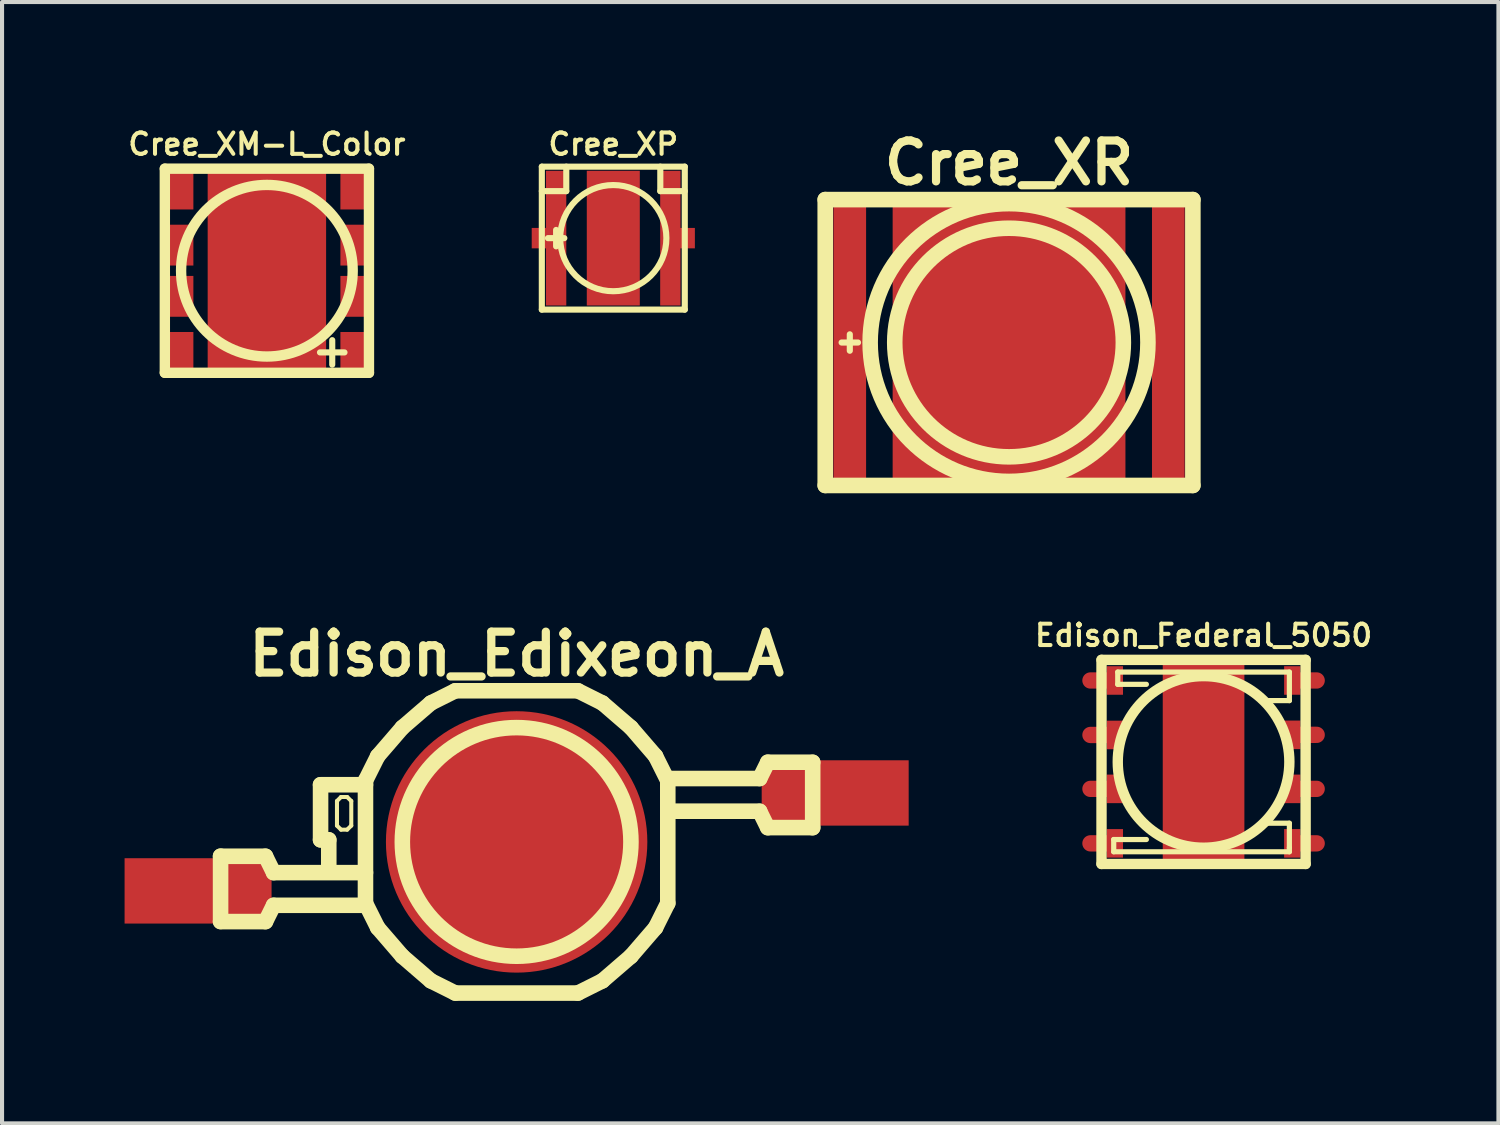
<source format=kicad_pcb>
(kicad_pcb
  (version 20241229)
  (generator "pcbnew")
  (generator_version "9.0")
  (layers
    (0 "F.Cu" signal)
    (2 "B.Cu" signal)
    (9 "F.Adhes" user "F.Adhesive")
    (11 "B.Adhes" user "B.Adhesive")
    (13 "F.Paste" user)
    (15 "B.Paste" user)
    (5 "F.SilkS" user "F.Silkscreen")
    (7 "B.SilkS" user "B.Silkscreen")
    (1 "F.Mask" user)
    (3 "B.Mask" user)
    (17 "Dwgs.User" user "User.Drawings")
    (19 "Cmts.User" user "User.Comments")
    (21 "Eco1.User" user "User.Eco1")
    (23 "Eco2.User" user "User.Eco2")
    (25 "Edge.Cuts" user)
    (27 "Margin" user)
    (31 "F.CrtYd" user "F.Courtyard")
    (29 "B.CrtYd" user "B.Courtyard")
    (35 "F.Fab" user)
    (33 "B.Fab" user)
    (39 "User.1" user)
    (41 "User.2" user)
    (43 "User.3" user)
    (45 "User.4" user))
  (footprint "Cree_XP"
    (layer "F.Cu")
    (at 11.967 2.781)
    (property "Reference" "Cree_XP" (at 0 -2.301 0) (layer "F.SilkS") (effects (font (size 0.523 0.523) (thickness 0.099))))
    (attr smd)
    (fp_line (start -1.75 -1.75) (end -1.75 1.75) (stroke (width 0.15) (type solid)) (layer "F.SilkS"))
    (fp_line (start -1.75 -1.151) (end -1.151 -1.151) (stroke (width 0.15) (type solid)) (layer "F.SilkS"))
    (fp_line (start -1.75 1.75) (end 1.75 1.75) (stroke (width 0.15) (type solid)) (layer "F.SilkS"))
    (fp_line (start -1.4 0.201) (end -1.4 -0.201) (stroke (width 0.15) (type solid)) (layer "F.SilkS"))
    (fp_line (start -1.199 0) (end -1.6 0) (stroke (width 0.15) (type solid)) (layer "F.SilkS"))
    (fp_line (start -1.151 -1.75) (end -1.151 -1.151) (stroke (width 0.15) (type solid)) (layer "F.SilkS"))
    (fp_line (start 1.151 -1.75) (end 1.151 -1.151) (stroke (width 0.15) (type solid)) (layer "F.SilkS"))
    (fp_line (start 1.75 -1.75) (end -1.75 -1.75) (stroke (width 0.15) (type solid)) (layer "F.SilkS"))
    (fp_line (start 1.75 -1.151) (end 1.151 -1.151) (stroke (width 0.15) (type solid)) (layer "F.SilkS"))
    (fp_line (start 1.75 1.75) (end 1.75 -1.75) (stroke (width 0.15) (type solid)) (layer "F.SilkS"))
    (fp_circle (center 0 0) (end 0 -1.3) (stroke (width 0.15) (type solid)) (fill no) (layer "F.SilkS"))
    (pad "1" smd rect (at -1.798 0) (size 0.399 0.5) (layers "F.Cu" "F.Mask"))
    (pad "1" smd rect (at -1.4 0) (size 0.498 3.299) (layers "F.Cu" "F.Mask" "F.Paste"))
    (pad "2" smd rect (at 1.397 0) (size 0.498 3.299) (layers "F.Cu" "F.Mask" "F.Paste"))
    (pad "2" smd rect (at 1.798 0) (size 0.399 0.5) (layers "F.Cu" "F.Mask"))
    (pad "3" smd rect (at 0 0) (size 1.298 3.299) (layers "F.Cu" "F.Mask" "F.Paste")))
  (footprint "Cree_XM-L_Color"
    (layer "F.Cu")
    (at 3.485 3.579)
    (property "Reference" "Cree_XM-L_Color" (at 0 -3.099 0) (layer "F.SilkS") (effects (font (size 0.523 0.523) (thickness 0.099))))
    (attr smd)
    (fp_line (start -2.499 -2.499) (end -2.499 2.499) (stroke (width 0.254) (type solid)) (layer "F.SilkS"))
    (fp_line (start -2.499 2.499) (end 2.499 2.499) (stroke (width 0.254) (type solid)) (layer "F.SilkS"))
    (fp_line (start 1.3 2) (end 1.9 2) (stroke (width 0.15) (type solid)) (layer "F.SilkS"))
    (fp_line (start 1.6 2.3) (end 1.6 1.7) (stroke (width 0.15) (type solid)) (layer "F.SilkS"))
    (fp_line (start 2.499 -2.499) (end -2.499 -2.499) (stroke (width 0.254) (type solid)) (layer "F.SilkS"))
    (fp_line (start 2.499 2.499) (end 2.499 -2.499) (stroke (width 0.254) (type solid)) (layer "F.SilkS"))
    (fp_circle (center 0 0) (end -2.101 0) (stroke (width 0.254) (type solid)) (fill no) (layer "F.SilkS"))
    (pad "1" smd rect (at 2.15 -2) (size 0.7 1) (layers "F.Cu" "F.Mask" "F.Paste"))
    (pad "2" smd rect (at 2.15 -0.627) (size 0.7 1) (layers "F.Cu" "F.Mask" "F.Paste"))
    (pad "3" smd rect (at 2.15 0.627) (size 0.7 1) (layers "F.Cu" "F.Mask" "F.Paste"))
    (pad "4" smd rect (at 2.15 2) (size 0.7 1) (layers "F.Cu" "F.Mask" "F.Paste"))
    (pad "5" smd rect (at -2.15 2) (size 0.7 1) (layers "F.Cu" "F.Mask" "F.Paste"))
    (pad "6" smd rect (at -2.15 0.627) (size 0.7 1) (layers "F.Cu" "F.Mask" "F.Paste"))
    (pad "7" smd rect (at -2.15 -0.627) (size 0.7 1) (layers "F.Cu" "F.Mask" "F.Paste"))
    (pad "8" smd rect (at -2.15 -2) (size 0.7 1) (layers "F.Cu" "F.Mask" "F.Paste"))
    (pad "9" smd rect (at 0 0) (size 1.93 3.96) (layers "F.Cu" "F.Mask" "F.Paste"))
    (pad "9" smd rect (at 0 0) (size 2.9 5) (layers "F.Cu" "F.Mask")))
  (footprint "Edison_Federal_5050"
    (layer "F.Cu")
    (at 26.42 15.606)
    (property "Reference" "Edison_Federal_5050" (at 0 -3.099 0) (layer "F.SilkS") (effects (font (size 0.523 0.523) (thickness 0.099))))
    (attr smd)
    (fp_line (start -2.499 -2.499) (end -2.499 2.499) (stroke (width 0.254) (type solid)) (layer "F.SilkS"))
    (fp_line (start -2.499 2.499) (end 2.499 2.499) (stroke (width 0.254) (type solid)) (layer "F.SilkS"))
    (fp_line (start -2.2 1.9) (end -1.4 1.9) (stroke (width 0.127) (type solid)) (layer "F.SilkS"))
    (fp_line (start -2.2 2.2) (end -2.2 1.9) (stroke (width 0.127) (type solid)) (layer "F.SilkS"))
    (fp_line (start -2.101 -2.2) (end 2.101 -2.2) (stroke (width 0.127) (type solid)) (layer "F.SilkS"))
    (fp_line (start -2.101 -1.9) (end -2.101 -2.2) (stroke (width 0.127) (type solid)) (layer "F.SilkS"))
    (fp_line (start -1.4 -1.9) (end -2.101 -1.9) (stroke (width 0.127) (type solid)) (layer "F.SilkS"))
    (fp_line (start 1.501 1.501) (end 2.101 1.501) (stroke (width 0.127) (type solid)) (layer "F.SilkS"))
    (fp_line (start 2.101 -2.2) (end 2.101 -1.501) (stroke (width 0.127) (type solid)) (layer "F.SilkS"))
    (fp_line (start 2.101 -1.501) (end 1.4 -1.501) (stroke (width 0.127) (type solid)) (layer "F.SilkS"))
    (fp_line (start 2.101 1.501) (end 2.101 2.101) (stroke (width 0.127) (type solid)) (layer "F.SilkS"))
    (fp_line (start 2.101 2.101) (end 2.101 2.2) (stroke (width 0.127) (type solid)) (layer "F.SilkS"))
    (fp_line (start 2.101 2.2) (end -2.2 2.2) (stroke (width 0.127) (type solid)) (layer "F.SilkS"))
    (fp_line (start 2.499 -2.499) (end -2.499 -2.499) (stroke (width 0.254) (type solid)) (layer "F.SilkS"))
    (fp_line (start 2.499 2.499) (end 2.499 -2.499) (stroke (width 0.254) (type solid)) (layer "F.SilkS"))
    (fp_circle (center 0 0) (end -2.101 0) (stroke (width 0.254) (type solid)) (fill no) (layer "F.SilkS"))
    (pad "1" smd rect (at 2.172 -1.994) (size 0.399 0.699) (layers "F.Cu" "F.Mask" "F.Paste"))
    (pad "1" smd oval (at 2.57 -1.994) (size 0.798 0.399) (layers "F.Cu" "F.Mask"))
    (pad "2" smd rect (at 2.172 -0.663) (size 0.399 0.699) (layers "F.Cu" "F.Mask" "F.Paste"))
    (pad "2" smd oval (at 2.57 -0.663) (size 0.798 0.399) (layers "F.Cu" "F.Mask"))
    (pad "3" smd rect (at 2.172 0.66) (size 0.399 0.699) (layers "F.Cu" "F.Mask" "F.Paste"))
    (pad "3" smd oval (at 2.57 0.66) (size 0.798 0.399) (layers "F.Cu" "F.Mask"))
    (pad "4" smd rect (at 2.172 1.994) (size 0.399 0.699) (layers "F.Cu" "F.Mask" "F.Paste"))
    (pad "4" smd oval (at 2.57 1.994) (size 0.798 0.399) (layers "F.Cu" "F.Mask"))
    (pad "5" smd oval (at -2.57 -1.994) (size 0.798 0.399) (layers "F.Cu" "F.Mask"))
    (pad "5" smd rect (at -2.172 -1.994) (size 0.399 0.699) (layers "F.Cu" "F.Mask" "F.Paste"))
    (pad "6" smd oval (at -2.57 -0.66) (size 0.798 0.399) (layers "F.Cu" "F.Mask"))
    (pad "6" smd rect (at -2.172 -0.66) (size 0.399 0.699) (layers "F.Cu" "F.Mask" "F.Paste"))
    (pad "7" smd oval (at -2.57 0.66) (size 0.798 0.399) (layers "F.Cu" "F.Mask"))
    (pad "7" smd rect (at -2.172 0.66) (size 0.399 0.699) (layers "F.Cu" "F.Mask" "F.Paste"))
    (pad "8" smd oval (at -2.57 1.994) (size 0.798 0.399) (layers "F.Cu" "F.Mask"))
    (pad "8" smd rect (at -2.172 1.994) (size 0.399 0.699) (layers "F.Cu" "F.Mask" "F.Paste"))
    (pad "9" smd rect (at 0 0) (size 1.999 4.996) (layers "F.Cu" "F.Mask" "F.Paste")))
  (footprint "Cree_XR"
    (layer "F.Cu")
    (at 21.657 5.337)
    (property "Reference" "Cree_XR" (at 0 -4.399 0) (layer "F.SilkS") (effects (font (size 1.001 1.001) (thickness 0.201))))
    (attr smd)
    (fp_line (start -4.501 -3.5) (end -4.501 3.5) (stroke (width 0.381) (type solid)) (layer "F.SilkS"))
    (fp_line (start -4.501 3.5) (end 4.501 3.5) (stroke (width 0.381) (type solid)) (layer "F.SilkS"))
    (fp_line (start -3.899 0.201) (end -3.899 -0.201) (stroke (width 0.15) (type solid)) (layer "F.SilkS"))
    (fp_line (start -3.698 0) (end -4.1 0) (stroke (width 0.15) (type solid)) (layer "F.SilkS"))
    (fp_line (start 4.501 -3.5) (end -4.501 -3.5) (stroke (width 0.381) (type solid)) (layer "F.SilkS"))
    (fp_line (start 4.501 3.5) (end 4.501 -3.5) (stroke (width 0.381) (type solid)) (layer "F.SilkS"))
    (fp_circle (center 0 0) (end -3.401 0) (stroke (width 0.381) (type solid)) (fill no) (layer "F.SilkS"))
    (fp_circle (center 0 0) (end -2.799 0) (stroke (width 0.381) (type solid)) (fill no) (layer "F.SilkS"))
    (pad "" smd rect (at -3.861 0) (size 0.297 4.996) (layers "F.Mask" "F.Paste"))
    (pad "" smd rect (at -0.686 -0.925) (size 1.372 1.847) (layers "F.Mask" "F.Paste"))
    (pad "" smd rect (at -0.686 0.925) (size 1.372 1.847) (layers "F.Mask" "F.Paste"))
    (pad "" smd rect (at 0.686 -0.925) (size 1.372 1.847) (layers "F.Mask" "F.Paste"))
    (pad "" smd rect (at 0.686 0.925) (size 1.372 1.847) (layers "F.Mask" "F.Paste"))
    (pad "" smd rect (at 3.861 0) (size 0.297 4.996) (layers "F.Mask" "F.Paste"))
    (pad "1" smd rect (at -3.9 0) (size 0.8 7) (layers "F.Cu"))
    (pad "2" smd rect (at 3.9 0) (size 0.8 7) (layers "F.Cu"))
    (pad "3" smd rect (at 0 0) (size 5.7 7) (layers "F.Cu")))
  (footprint "Edison_Edixeon_A"
    (layer "F.Cu")
    (at 9.6 17.565)
    (property "Reference" "Edison_Edixeon_A" (at 0 -4.6 0) (layer "F.SilkS") (effects (font (size 1.001 1.001) (thickness 0.201))))
    (attr smd)
    (fp_line (start -7.249 0.351) (end -6.149 0.351) (stroke (width 0.381) (type solid)) (layer "F.SilkS"))
    (fp_line (start -7.249 1.948) (end -7.249 0.348) (stroke (width 0.381) (type solid)) (layer "F.SilkS"))
    (fp_line (start -7.249 1.951) (end -6.149 1.951) (stroke (width 0.381) (type solid)) (layer "F.SilkS"))
    (fp_line (start -5.951 0.752) (end -6.149 0.351) (stroke (width 0.381) (type solid)) (layer "F.SilkS"))
    (fp_line (start -5.951 0.752) (end -3.701 0.752) (stroke (width 0.381) (type solid)) (layer "F.SilkS"))
    (fp_line (start -5.951 1.552) (end -6.149 1.951) (stroke (width 0.381) (type solid)) (layer "F.SilkS"))
    (fp_line (start -5.951 1.552) (end -3.701 1.552) (stroke (width 0.381) (type solid)) (layer "F.SilkS"))
    (fp_line (start -4.801 -1.4) (end -4.801 -0.051) (stroke (width 0.381) (type solid)) (layer "F.SilkS"))
    (fp_line (start -4.801 -0.051) (end -4.6 -0.051) (stroke (width 0.381) (type solid)) (layer "F.SilkS"))
    (fp_line (start -4.6 -0.051) (end -4.6 0.701) (stroke (width 0.381) (type solid)) (layer "F.SilkS"))
    (fp_line (start -4.399 -1.001) (end -4.399 -0.399) (stroke (width 0.099) (type solid)) (layer "F.SilkS"))
    (fp_line (start -4.399 -0.399) (end -4.3 -0.3) (stroke (width 0.099) (type solid)) (layer "F.SilkS"))
    (fp_line (start -4.3 -1.1) (end -4.399 -1.001) (stroke (width 0.099) (type solid)) (layer "F.SilkS"))
    (fp_line (start -4.3 -0.3) (end -4.15 -0.3) (stroke (width 0.099) (type solid)) (layer "F.SilkS"))
    (fp_line (start -4.15 -1.1) (end -4.3 -1.1) (stroke (width 0.099) (type solid)) (layer "F.SilkS"))
    (fp_line (start -4.15 -0.3) (end -4.049 -0.399) (stroke (width 0.099) (type solid)) (layer "F.SilkS"))
    (fp_line (start -4.049 -1.001) (end -4.15 -1.1) (stroke (width 0.099) (type solid)) (layer "F.SilkS"))
    (fp_line (start -4.049 -0.399) (end -4.049 -1.001) (stroke (width 0.099) (type solid)) (layer "F.SilkS"))
    (fp_line (start -3.701 -1.501) (end -3.401 -2.101) (stroke (width 0.381) (type solid)) (layer "F.SilkS"))
    (fp_line (start -3.701 -1.4) (end -4.801 -1.4) (stroke (width 0.381) (type solid)) (layer "F.SilkS"))
    (fp_line (start -3.701 1.501) (end -3.701 -1.501) (stroke (width 0.381) (type solid)) (layer "F.SilkS"))
    (fp_line (start -3.701 1.501) (end -3.401 2.101) (stroke (width 0.381) (type solid)) (layer "F.SilkS"))
    (fp_line (start -3.401 -2.101) (end -2.799 -2.799) (stroke (width 0.381) (type solid)) (layer "F.SilkS"))
    (fp_line (start -2.799 -2.799) (end -2.101 -3.401) (stroke (width 0.381) (type solid)) (layer "F.SilkS"))
    (fp_line (start -2.799 2.799) (end -3.401 2.101) (stroke (width 0.381) (type solid)) (layer "F.SilkS"))
    (fp_line (start -2.101 -3.401) (end -1.501 -3.701) (stroke (width 0.381) (type solid)) (layer "F.SilkS"))
    (fp_line (start -2.101 3.401) (end -2.799 2.799) (stroke (width 0.381) (type solid)) (layer "F.SilkS"))
    (fp_line (start -1.501 -3.701) (end 1.501 -3.701) (stroke (width 0.381) (type solid)) (layer "F.SilkS"))
    (fp_line (start -1.501 3.701) (end -2.101 3.401) (stroke (width 0.381) (type solid)) (layer "F.SilkS"))
    (fp_line (start 1.501 -3.701) (end 2.101 -3.401) (stroke (width 0.381) (type solid)) (layer "F.SilkS"))
    (fp_line (start 1.501 3.701) (end -1.501 3.701) (stroke (width 0.381) (type solid)) (layer "F.SilkS"))
    (fp_line (start 1.501 3.701) (end 2.101 3.401) (stroke (width 0.381) (type solid)) (layer "F.SilkS"))
    (fp_line (start 2.101 -3.401) (end 2.799 -2.799) (stroke (width 0.381) (type solid)) (layer "F.SilkS"))
    (fp_line (start 2.799 -2.799) (end 3.401 -2.101) (stroke (width 0.381) (type solid)) (layer "F.SilkS"))
    (fp_line (start 2.799 2.799) (end 2.101 3.401) (stroke (width 0.381) (type solid)) (layer "F.SilkS"))
    (fp_line (start 3.401 2.101) (end 2.799 2.799) (stroke (width 0.381) (type solid)) (layer "F.SilkS"))
    (fp_line (start 3.701 -1.552) (end 5.951 -1.552) (stroke (width 0.381) (type solid)) (layer "F.SilkS"))
    (fp_line (start 3.701 -1.501) (end 3.401 -2.101) (stroke (width 0.381) (type solid)) (layer "F.SilkS"))
    (fp_line (start 3.701 -1.501) (end 3.701 1.501) (stroke (width 0.381) (type solid)) (layer "F.SilkS"))
    (fp_line (start 3.701 1.501) (end 3.401 2.101) (stroke (width 0.381) (type solid)) (layer "F.SilkS"))
    (fp_line (start 5.951 -0.752) (end 3.701 -0.752) (stroke (width 0.381) (type solid)) (layer "F.SilkS"))
    (fp_line (start 5.951 -0.749) (end 6.149 -0.348) (stroke (width 0.381) (type solid)) (layer "F.SilkS"))
    (fp_line (start 6.149 -1.951) (end 5.951 -1.552) (stroke (width 0.381) (type solid)) (layer "F.SilkS"))
    (fp_line (start 6.149 -0.351) (end 7.249 -0.351) (stroke (width 0.381) (type solid)) (layer "F.SilkS"))
    (fp_line (start 7.249 -1.951) (end 6.149 -1.951) (stroke (width 0.381) (type solid)) (layer "F.SilkS"))
    (fp_line (start 7.249 -0.348) (end 7.249 -1.948) (stroke (width 0.381) (type solid)) (layer "F.SilkS"))
    (fp_circle (center 0 0) (end -2.799 0) (stroke (width 0.381) (type solid)) (fill no) (layer "F.SilkS"))
    (pad "1" smd rect (at -7.8 1.199) (size 3.599 1.6) (layers "F.Cu" "F.Mask" "F.Paste"))
    (pad "2" smd rect (at 7.8 -1.199) (size 3.599 1.6) (layers "F.Cu" "F.Mask" "F.Paste"))
    (pad "3" smd circle (at 0 0) (size 6.401 6.401) (layers "F.Cu" "F.Mask" "F.Paste")))
  (gr_rect
    (start -3 -3)
    (end 33.64 24.456)
    (stroke (width 0.1) (type default))
    (fill no)
    (layer "Edge.Cuts")))
</source>
